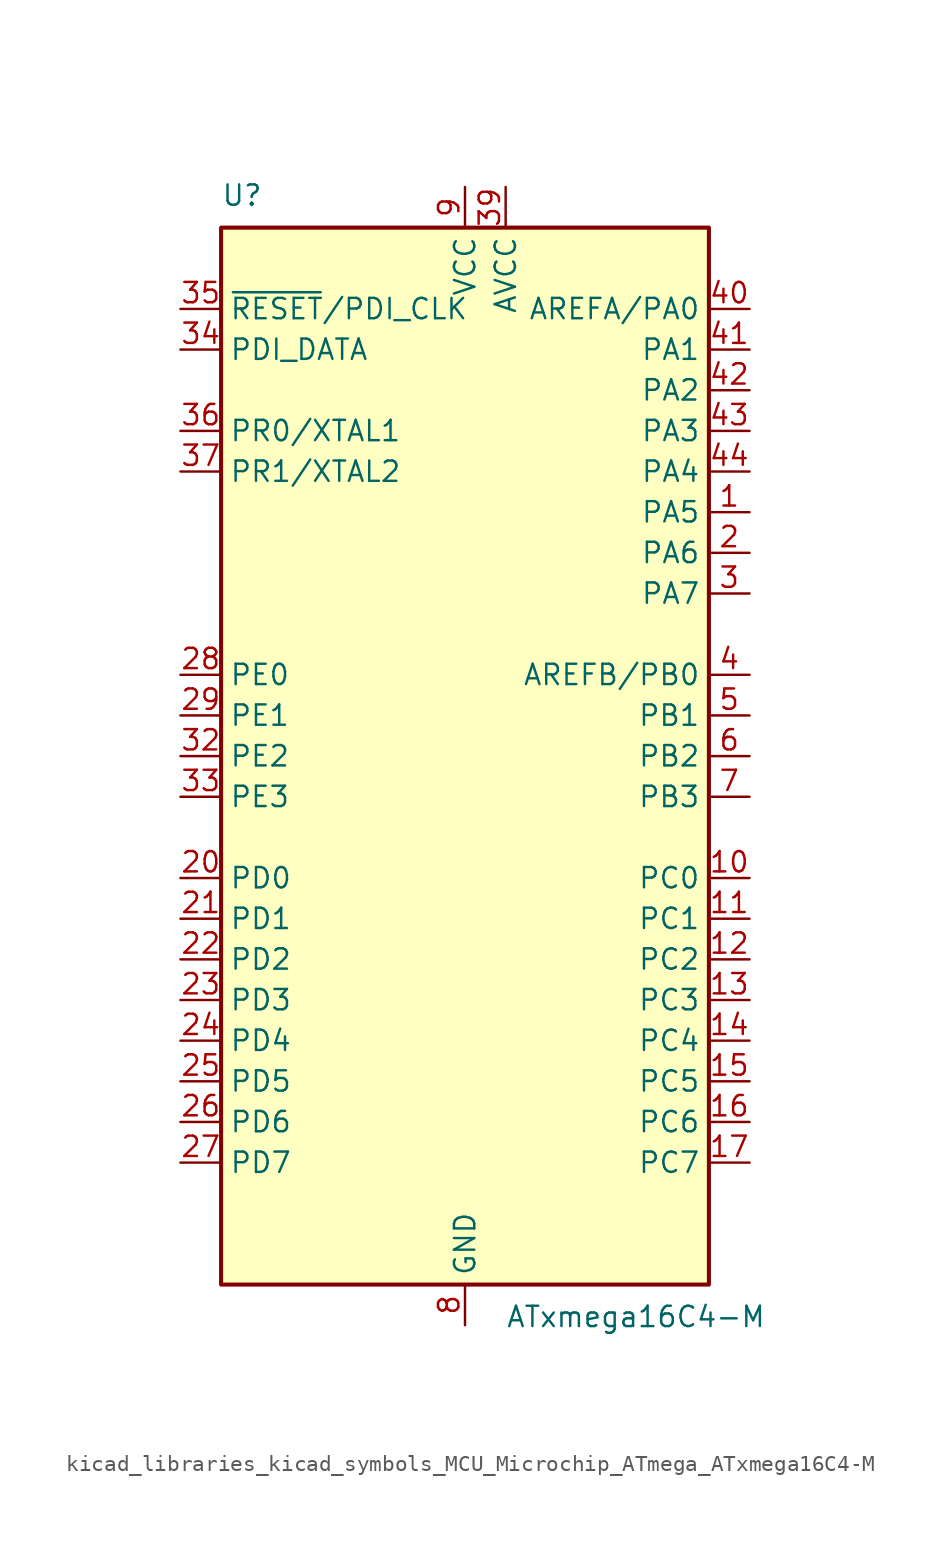
<source format=kicad_sym>
(kicad_symbol_lib
  (version 20220914)
  (generator kicad_symbol_editor)
  (symbol "kicad_libraries_kicad_symbols_MCU_Microchip_ATmega_ATxmega16C4-M"
    (property "Reference" "U"
      (at -15.24 34.29 0)
      (effects (font (size 1.27 1.27)) (justify left bottom)))
    (property "Value" "ATxmega16C4-M"
      (at 2.54 -34.29 0)
      (effects (font (size 1.27 1.27)) (justify left top)))
    (symbol "kicad_libraries_kicad_symbols_MCU_Microchip_ATmega_ATxmega16C4-M_0_1"
      (rectangle (start -15.24 -33.02) (end 15.24 33.02) (stroke (width 0.254) (type default)) (fill (type background))))
    (symbol "kicad_libraries_kicad_symbols_MCU_Microchip_ATmega_ATxmega16C4-M_1_1"
      (pin bidirectional line (at 17.78 15.24 180) (length 2.54) (name "PA5" (effects (font (size 1.27 1.27)))) (number "1" (effects (font (size 1.27 1.27)))))
      (pin bidirectional line (at 17.78 -7.62 180) (length 2.54) (name "PC0" (effects (font (size 1.27 1.27)))) (number "10" (effects (font (size 1.27 1.27)))))
      (pin bidirectional line (at 17.78 -10.16 180) (length 2.54) (name "PC1" (effects (font (size 1.27 1.27)))) (number "11" (effects (font (size 1.27 1.27)))))
      (pin bidirectional line (at 17.78 -12.7 180) (length 2.54) (name "PC2" (effects (font (size 1.27 1.27)))) (number "12" (effects (font (size 1.27 1.27)))))
      (pin bidirectional line (at 17.78 -15.24 180) (length 2.54) (name "PC3" (effects (font (size 1.27 1.27)))) (number "13" (effects (font (size 1.27 1.27)))))
      (pin bidirectional line (at 17.78 -17.78 180) (length 2.54) (name "PC4" (effects (font (size 1.27 1.27)))) (number "14" (effects (font (size 1.27 1.27)))))
      (pin bidirectional line (at 17.78 -20.32 180) (length 2.54) (name "PC5" (effects (font (size 1.27 1.27)))) (number "15" (effects (font (size 1.27 1.27)))))
      (pin bidirectional line (at 17.78 -22.86 180) (length 2.54) (name "PC6" (effects (font (size 1.27 1.27)))) (number "16" (effects (font (size 1.27 1.27)))))
      (pin bidirectional line (at 17.78 -25.4 180) (length 2.54) (name "PC7" (effects (font (size 1.27 1.27)))) (number "17" (effects (font (size 1.27 1.27)))))
      (pin passive line (at 0 -35.56 90) (length 2.54) hide (name "GND" (effects (font (size 1.27 1.27)))) (number "18" (effects (font (size 1.27 1.27)))))
      (pin passive line (at 0 35.56 270) (length 2.54) hide (name "VCC" (effects (font (size 1.27 1.27)))) (number "19" (effects (font (size 1.27 1.27)))))
      (pin bidirectional line (at 17.78 12.7 180) (length 2.54) (name "PA6" (effects (font (size 1.27 1.27)))) (number "2" (effects (font (size 1.27 1.27)))))
      (pin bidirectional line (at -17.78 -7.62 0) (length 2.54) (name "PD0" (effects (font (size 1.27 1.27)))) (number "20" (effects (font (size 1.27 1.27)))))
      (pin bidirectional line (at -17.78 -10.16 0) (length 2.54) (name "PD1" (effects (font (size 1.27 1.27)))) (number "21" (effects (font (size 1.27 1.27)))))
      (pin bidirectional line (at -17.78 -12.7 0) (length 2.54) (name "PD2" (effects (font (size 1.27 1.27)))) (number "22" (effects (font (size 1.27 1.27)))))
      (pin bidirectional line (at -17.78 -15.24 0) (length 2.54) (name "PD3" (effects (font (size 1.27 1.27)))) (number "23" (effects (font (size 1.27 1.27)))))
      (pin bidirectional line (at -17.78 -17.78 0) (length 2.54) (name "PD4" (effects (font (size 1.27 1.27)))) (number "24" (effects (font (size 1.27 1.27)))))
      (pin bidirectional line (at -17.78 -20.32 0) (length 2.54) (name "PD5" (effects (font (size 1.27 1.27)))) (number "25" (effects (font (size 1.27 1.27)))))
      (pin bidirectional line (at -17.78 -22.86 0) (length 2.54) (name "PD6" (effects (font (size 1.27 1.27)))) (number "26" (effects (font (size 1.27 1.27)))))
      (pin bidirectional line (at -17.78 -25.4 0) (length 2.54) (name "PD7" (effects (font (size 1.27 1.27)))) (number "27" (effects (font (size 1.27 1.27)))))
      (pin bidirectional line (at -17.78 5.08 0) (length 2.54) (name "PE0" (effects (font (size 1.27 1.27)))) (number "28" (effects (font (size 1.27 1.27)))))
      (pin bidirectional line (at -17.78 2.54 0) (length 2.54) (name "PE1" (effects (font (size 1.27 1.27)))) (number "29" (effects (font (size 1.27 1.27)))))
      (pin bidirectional line (at 17.78 10.16 180) (length 2.54) (name "PA7" (effects (font (size 1.27 1.27)))) (number "3" (effects (font (size 1.27 1.27)))))
      (pin passive line (at 0 -35.56 90) (length 2.54) hide (name "GND" (effects (font (size 1.27 1.27)))) (number "30" (effects (font (size 1.27 1.27)))))
      (pin passive line (at 0 35.56 270) (length 2.54) hide (name "VCC" (effects (font (size 1.27 1.27)))) (number "31" (effects (font (size 1.27 1.27)))))
      (pin bidirectional line (at -17.78 0 0) (length 2.54) (name "PE2" (effects (font (size 1.27 1.27)))) (number "32" (effects (font (size 1.27 1.27)))))
      (pin bidirectional line (at -17.78 -2.54 0) (length 2.54) (name "PE3" (effects (font (size 1.27 1.27)))) (number "33" (effects (font (size 1.27 1.27)))))
      (pin bidirectional line (at -17.78 25.4 0) (length 2.54) (name "PDI_DATA" (effects (font (size 1.27 1.27)))) (number "34" (effects (font (size 1.27 1.27)))))
      (pin input line (at -17.78 27.94 0) (length 2.54) (name "~{RESET}/PDI_CLK" (effects (font (size 1.27 1.27)))) (number "35" (effects (font (size 1.27 1.27)))))
      (pin bidirectional line (at -17.78 20.32 0) (length 2.54) (name "PR0/XTAL1" (effects (font (size 1.27 1.27)))) (number "36" (effects (font (size 1.27 1.27)))))
      (pin bidirectional line (at -17.78 17.78 0) (length 2.54) (name "PR1/XTAL2" (effects (font (size 1.27 1.27)))) (number "37" (effects (font (size 1.27 1.27)))))
      (pin passive line (at 0 -35.56 90) (length 2.54) hide (name "GND" (effects (font (size 1.27 1.27)))) (number "38" (effects (font (size 1.27 1.27)))))
      (pin power_in line (at 2.54 35.56 270) (length 2.54) (name "AVCC" (effects (font (size 1.27 1.27)))) (number "39" (effects (font (size 1.27 1.27)))))
      (pin bidirectional line (at 17.78 5.08 180) (length 2.54) (name "AREFB/PB0" (effects (font (size 1.27 1.27)))) (number "4" (effects (font (size 1.27 1.27)))))
      (pin bidirectional line (at 17.78 27.94 180) (length 2.54) (name "AREFA/PA0" (effects (font (size 1.27 1.27)))) (number "40" (effects (font (size 1.27 1.27)))))
      (pin bidirectional line (at 17.78 25.4 180) (length 2.54) (name "PA1" (effects (font (size 1.27 1.27)))) (number "41" (effects (font (size 1.27 1.27)))))
      (pin bidirectional line (at 17.78 22.86 180) (length 2.54) (name "PA2" (effects (font (size 1.27 1.27)))) (number "42" (effects (font (size 1.27 1.27)))))
      (pin bidirectional line (at 17.78 20.32 180) (length 2.54) (name "PA3" (effects (font (size 1.27 1.27)))) (number "43" (effects (font (size 1.27 1.27)))))
      (pin bidirectional line (at 17.78 17.78 180) (length 2.54) (name "PA4" (effects (font (size 1.27 1.27)))) (number "44" (effects (font (size 1.27 1.27)))))
      (pin passive line (at 0 -35.56 90) (length 2.54) hide (name "GND" (effects (font (size 1.27 1.27)))) (number "45" (effects (font (size 1.27 1.27)))))
      (pin bidirectional line (at 17.78 2.54 180) (length 2.54) (name "PB1" (effects (font (size 1.27 1.27)))) (number "5" (effects (font (size 1.27 1.27)))))
      (pin bidirectional line (at 17.78 0 180) (length 2.54) (name "PB2" (effects (font (size 1.27 1.27)))) (number "6" (effects (font (size 1.27 1.27)))))
      (pin bidirectional line (at 17.78 -2.54 180) (length 2.54) (name "PB3" (effects (font (size 1.27 1.27)))) (number "7" (effects (font (size 1.27 1.27)))))
      (pin power_in line (at 0 -35.56 90) (length 2.54) (name "GND" (effects (font (size 1.27 1.27)))) (number "8" (effects (font (size 1.27 1.27)))))
      (pin power_in line (at 0 35.56 270) (length 2.54) (name "VCC" (effects (font (size 1.27 1.27)))) (number "9" (effects (font (size 1.27 1.27))))))))
</source>
